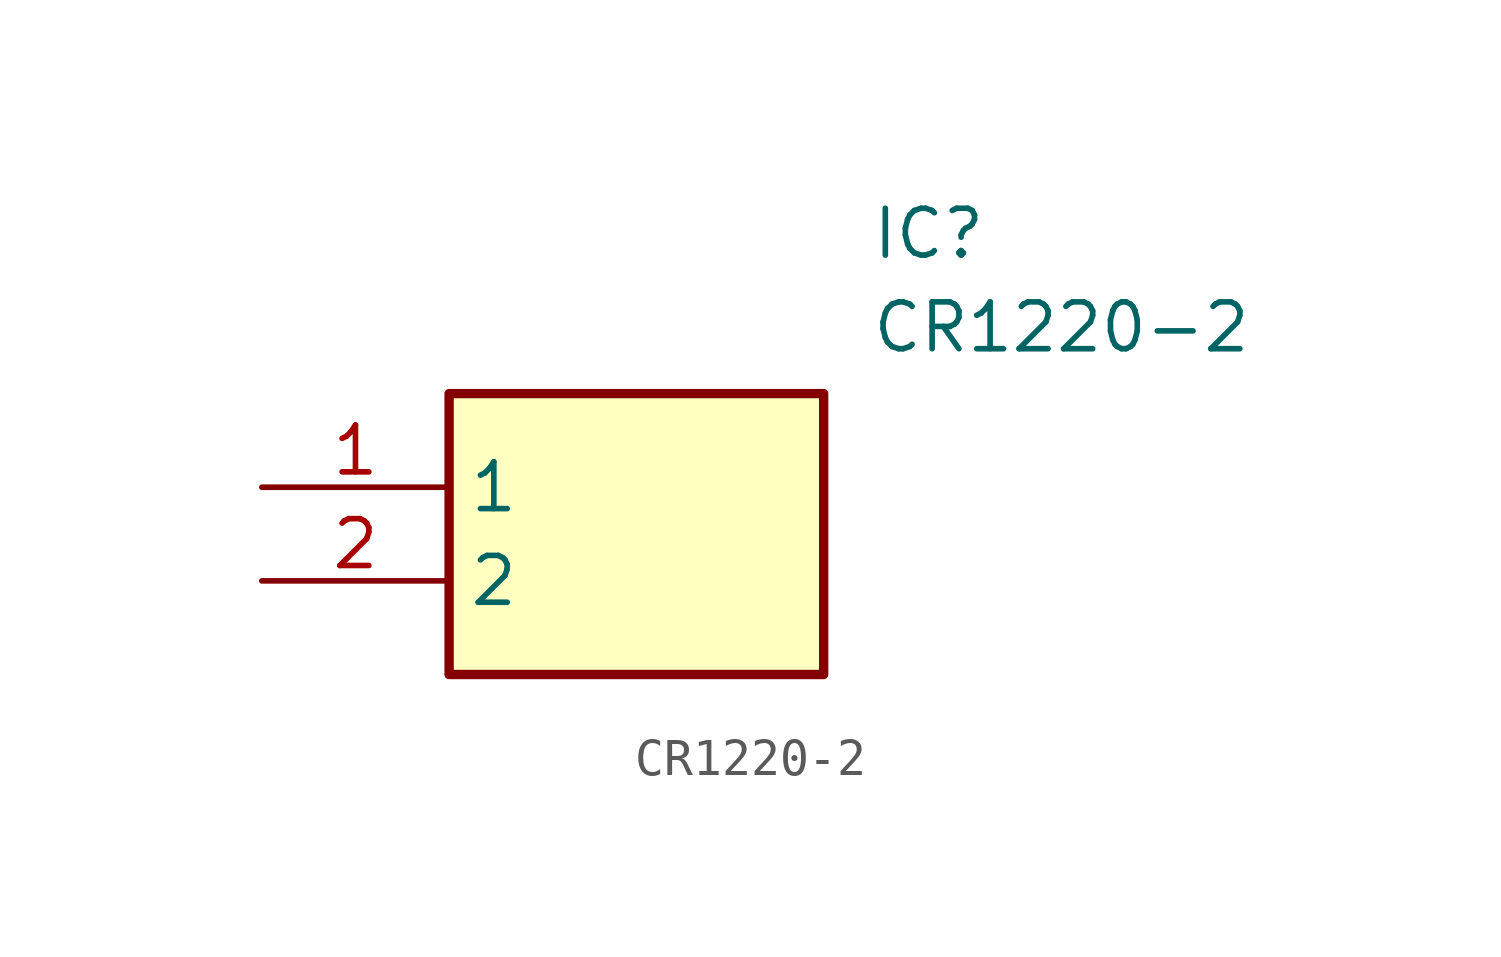
<source format=kicad_sym>
(kicad_symbol_lib
  (version 20231120)
  (generator "kicad_symbol_editor")
  (generator_version "8.0")
  (symbol "CR1220-2"
    (property "Reference" "IC"
      (at 16.51 7.62 0)
      (effects (font (size 1.27 1.27)) (justify left top)))
    (property "Value" "CR1220-2"
      (at 16.51 5.08 0)
      (effects (font (size 1.27 1.27)) (justify left top)))
    (symbol "CR1220-2_1_1"
      (rectangle (start 5.08 2.54) (end 15.24 -5.08) (stroke (width 0.254) (type default)) (fill (type background)))
      (pin passive line (at 0 0 0) (length 5.08) (name "1" (effects (font (size 1.27 1.27)))) (number "1" (effects (font (size 1.27 1.27)))))
      (pin passive line (at 0 -2.54 0) (length 5.08) (name "2" (effects (font (size 1.27 1.27)))) (number "2" (effects (font (size 1.27 1.27))))))))
</source>
